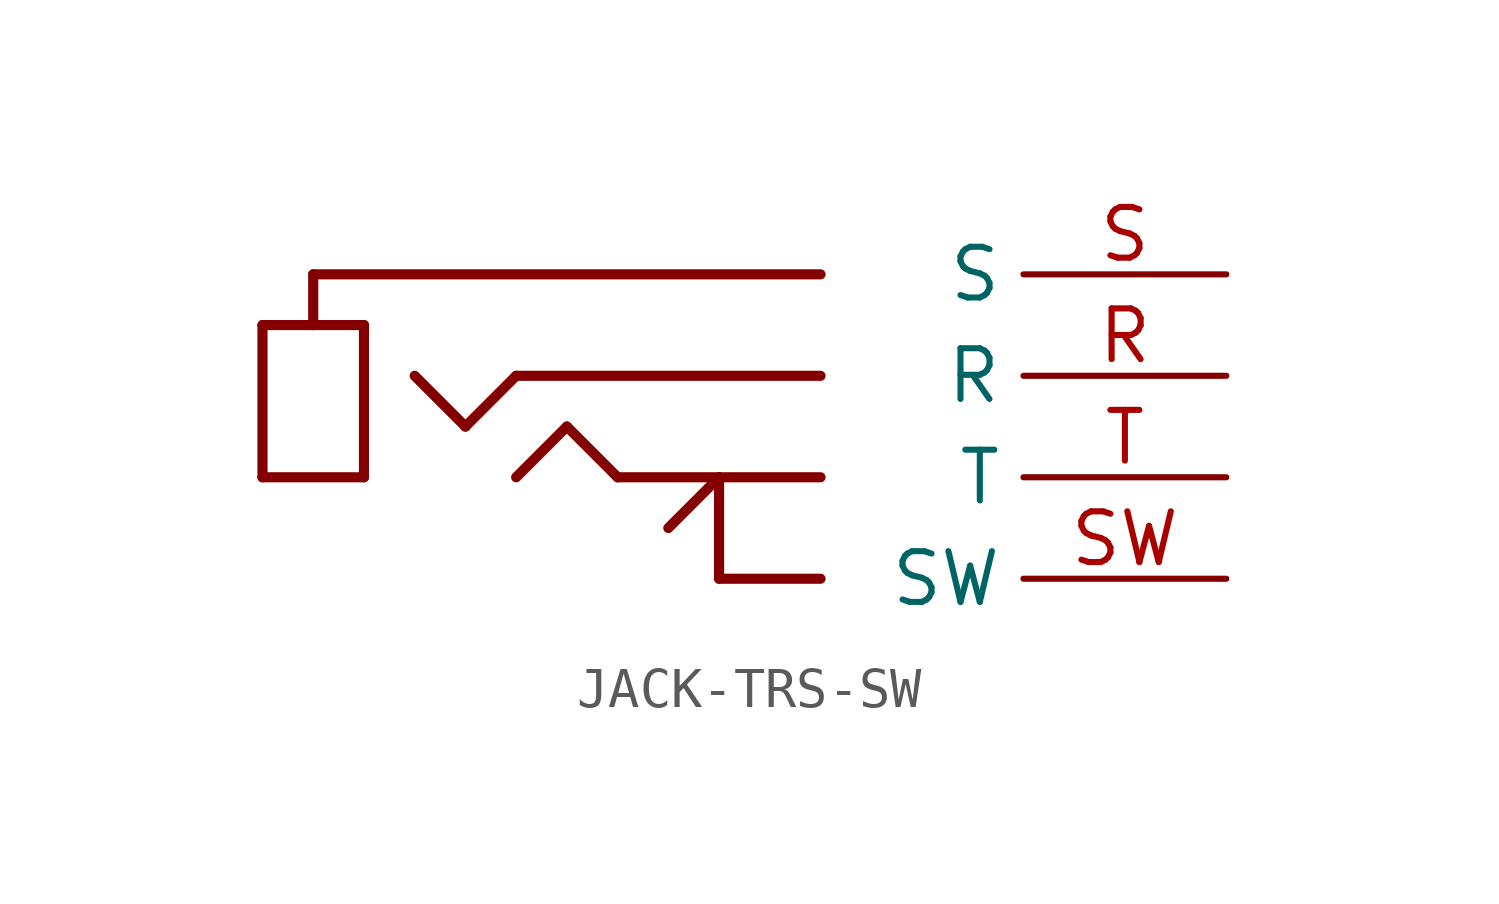
<source format=kicad_sym>
(kicad_symbol_lib
  (version 20220914)
  (generator kicad_symbol_editor)
  (symbol "JACK-TRS-SW"
    (property "Reference" ""
      (at 0 0 0)
      (effects (font (size 1.27 1.27)) hide))
    (property "ki_locked" ""
      (at 0 0 0)
      (effects (font (size 1.27 1.27))))
    (symbol "JACK-TRS-SW_1_0"
      (polyline (pts (xy -11.43 -2.54) (xy -11.43 1.27)) (stroke (width 0.254) (type solid)) (fill (type none)))
      (polyline (pts (xy -11.43 1.27) (xy -10.16 1.27)) (stroke (width 0.254) (type solid)) (fill (type none)))
      (polyline (pts (xy -10.16 1.27) (xy -8.89 1.27)) (stroke (width 0.254) (type solid)) (fill (type none)))
      (polyline (pts (xy -10.16 2.54) (xy -10.16 1.27)) (stroke (width 0.254) (type solid)) (fill (type none)))
      (polyline (pts (xy -8.89 -2.54) (xy -11.43 -2.54)) (stroke (width 0.254) (type solid)) (fill (type none)))
      (polyline (pts (xy -8.89 1.27) (xy -8.89 -2.54)) (stroke (width 0.254) (type solid)) (fill (type none)))
      (polyline (pts (xy -6.35 -1.27) (xy -7.62 0)) (stroke (width 0.254) (type solid)) (fill (type none)))
      (polyline (pts (xy -5.08 0) (xy -6.35 -1.27)) (stroke (width 0.254) (type solid)) (fill (type none)))
      (polyline (pts (xy -3.81 -1.27) (xy -5.08 -2.54)) (stroke (width 0.254) (type solid)) (fill (type none)))
      (polyline (pts (xy -2.54 -2.54) (xy -3.81 -1.27)) (stroke (width 0.254) (type solid)) (fill (type none)))
      (polyline (pts (xy 0 -5.08) (xy 0 -2.54)) (stroke (width 0.254) (type solid)) (fill (type none)))
      (polyline (pts (xy 0 -2.54) (xy -2.54 -2.54)) (stroke (width 0.254) (type solid)) (fill (type none)))
      (polyline (pts (xy 0 -2.54) (xy -1.27 -3.81)) (stroke (width 0.254) (type solid)) (fill (type none)))
      (polyline (pts (xy 2.54 -5.08) (xy 0 -5.08)) (stroke (width 0.254) (type solid)) (fill (type none)))
      (polyline (pts (xy 2.54 -2.54) (xy 0 -2.54)) (stroke (width 0.254) (type solid)) (fill (type none)))
      (polyline (pts (xy 2.54 0) (xy -5.08 0)) (stroke (width 0.254) (type solid)) (fill (type none)))
      (polyline (pts (xy 2.54 2.54) (xy -10.16 2.54)) (stroke (width 0.254) (type solid)) (fill (type none)))
      (pin bidirectional line (at 12.7 0 180) (length 5.08) (name "R" (effects (font (size 1.27 1.27)))) (number "R" (effects (font (size 1.27 1.27)))))
      (pin bidirectional line (at 12.7 2.54 180) (length 5.08) (name "S" (effects (font (size 1.27 1.27)))) (number "S" (effects (font (size 1.27 1.27)))))
      (pin bidirectional line (at 12.7 -5.08 180) (length 5.08) (name "SW" (effects (font (size 1.27 1.27)))) (number "SW" (effects (font (size 1.27 1.27)))))
      (pin bidirectional line (at 12.7 -2.54 180) (length 5.08) (name "T" (effects (font (size 1.27 1.27)))) (number "T" (effects (font (size 1.27 1.27))))))))
</source>
